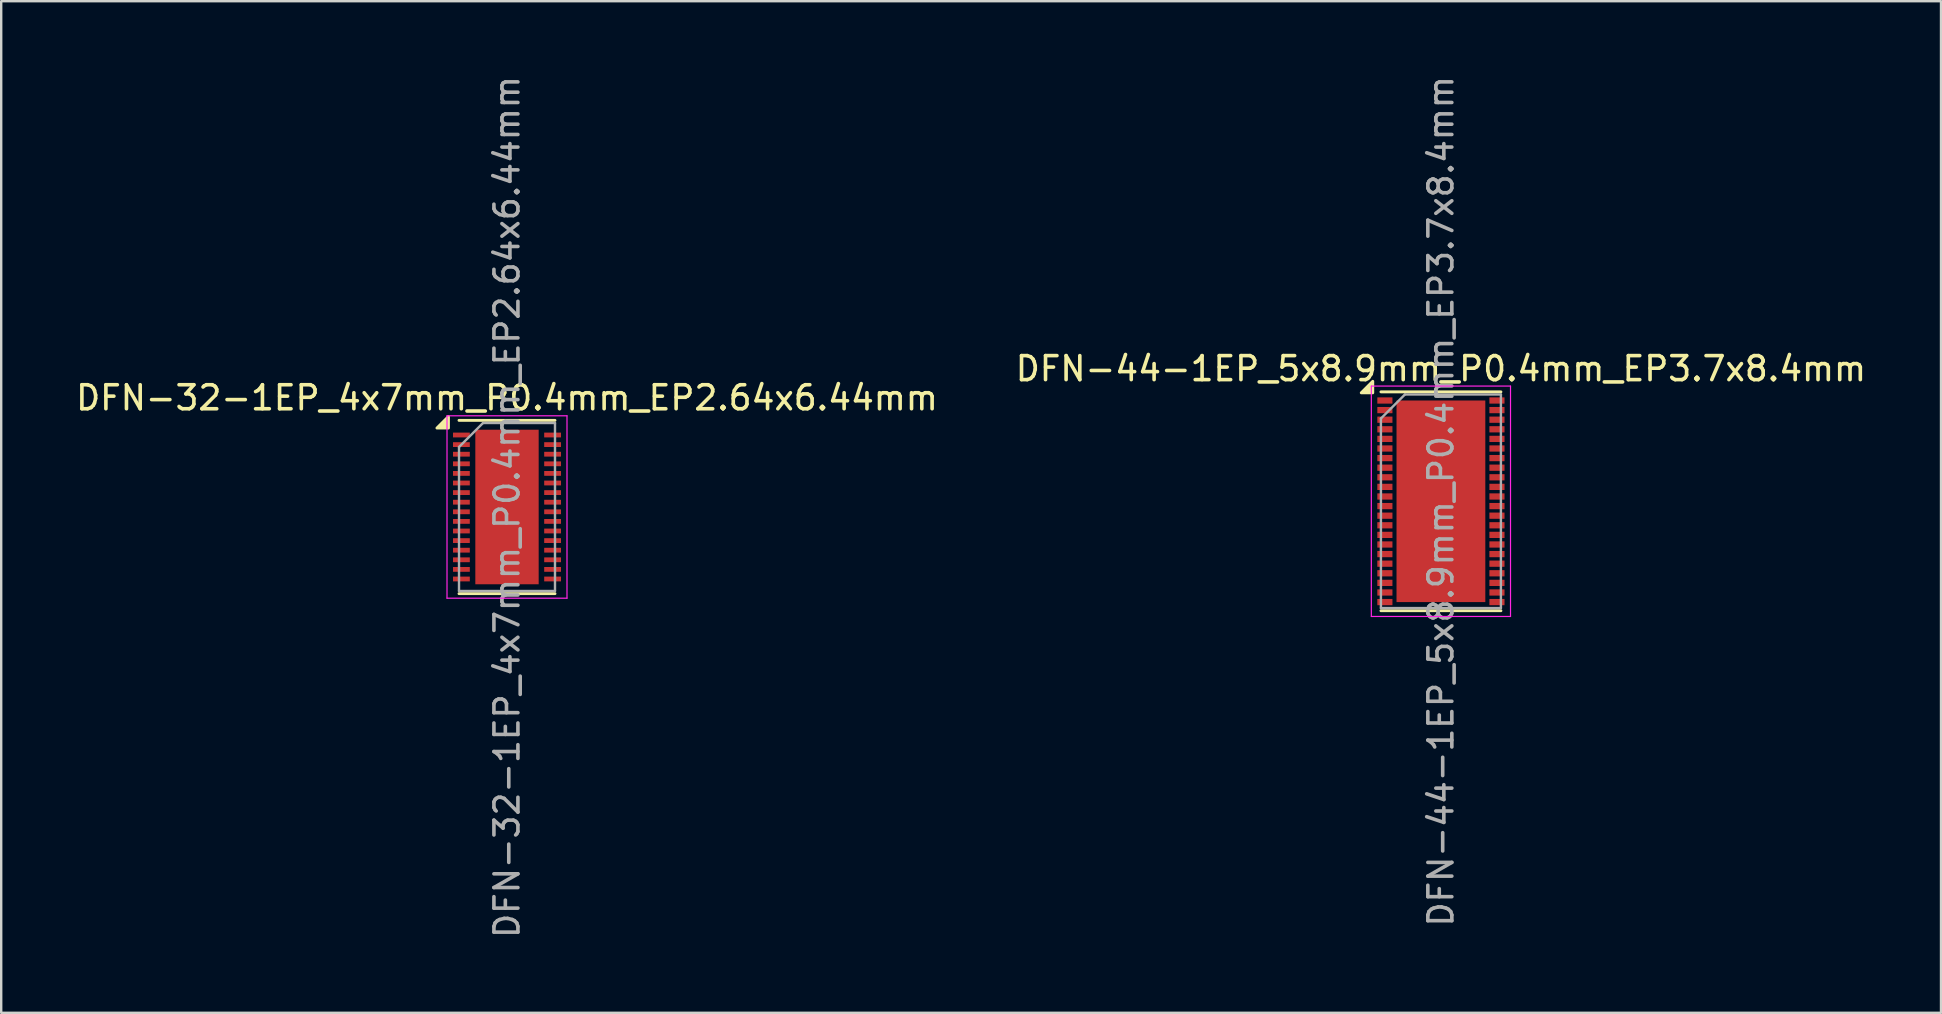
<source format=kicad_pcb>
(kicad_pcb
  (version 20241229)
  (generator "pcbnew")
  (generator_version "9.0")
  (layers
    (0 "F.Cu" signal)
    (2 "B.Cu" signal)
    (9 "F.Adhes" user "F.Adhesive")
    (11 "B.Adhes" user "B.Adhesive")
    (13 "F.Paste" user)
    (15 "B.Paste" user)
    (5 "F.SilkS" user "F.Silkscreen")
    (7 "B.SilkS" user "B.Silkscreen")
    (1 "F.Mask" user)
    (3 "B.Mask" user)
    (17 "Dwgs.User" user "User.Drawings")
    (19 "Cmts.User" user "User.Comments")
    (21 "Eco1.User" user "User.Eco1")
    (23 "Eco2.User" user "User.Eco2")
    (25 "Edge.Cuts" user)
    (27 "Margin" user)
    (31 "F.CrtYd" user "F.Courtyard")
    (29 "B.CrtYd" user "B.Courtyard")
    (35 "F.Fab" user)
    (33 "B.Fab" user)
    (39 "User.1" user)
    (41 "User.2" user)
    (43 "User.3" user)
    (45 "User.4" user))
  (footprint "DFN-44-1EP_5x8.9mm_P0.4mm_EP3.7x8.4mm"
    (layer "F.Cu")
    (at 56.994 17.839)
    (property "Reference" "DFN-44-1EP_5x8.9mm_P0.4mm_EP3.7x8.4mm" (at 0 -5.525 0) (layer "F.SilkS") (effects (font (size 1 1) (thickness 0.15))))
    (attr smd)
    (fp_line (start -2.5 -4.56) (end 2.5 -4.56) (stroke (width 0.12) (type solid)) (layer "F.SilkS"))
    (fp_line (start -2.5 4.56) (end 2.5 4.56) (stroke (width 0.12) (type solid)) (layer "F.SilkS"))
    (fp_poly (pts (xy -2.84 -4.52) (xy -3.32 -4.52) (xy -2.84 -5) (xy -2.84 -4.52)) (stroke (width 0.12) (type solid)) (fill yes) (layer "F.SilkS"))
    (fp_line (start -2.9 -4.8) (end -2.9 4.8) (stroke (width 0.05) (type solid)) (layer "F.CrtYd"))
    (fp_line (start -2.9 -4.8) (end 2.9 -4.8) (stroke (width 0.05) (type solid)) (layer "F.CrtYd"))
    (fp_line (start -2.9 4.8) (end 2.9 4.8) (stroke (width 0.05) (type solid)) (layer "F.CrtYd"))
    (fp_line (start 2.9 -4.8) (end 2.9 4.8) (stroke (width 0.05) (type solid)) (layer "F.CrtYd"))
    (fp_line (start -2.5 -3.45) (end -1.5 -4.45) (stroke (width 0.1) (type solid)) (layer "F.Fab"))
    (fp_line (start -2.5 4.45) (end -2.5 -3.45) (stroke (width 0.1) (type solid)) (layer "F.Fab"))
    (fp_line (start -1.5 -4.45) (end 2.5 -4.45) (stroke (width 0.1) (type solid)) (layer "F.Fab"))
    (fp_line (start 2.5 -4.45) (end 2.5 4.45) (stroke (width 0.1) (type solid)) (layer "F.Fab"))
    (fp_line (start 2.5 4.45) (end -2.5 4.45) (stroke (width 0.1) (type solid)) (layer "F.Fab"))
    (fp_text user "${REFERENCE}" (at 0 0 90) (layer "F.Fab") (effects (font (size 1 1) (thickness 0.15))))
    (pad "" smd rect (at -1.2 -3.5) (size 0.98 1.15) (layers "F.Paste"))
    (pad "" smd rect (at -1.2 -2.1) (size 0.98 1.15) (layers "F.Paste"))
    (pad "" smd rect (at -1.2 -0.7) (size 0.98 1.15) (layers "F.Paste"))
    (pad "" smd rect (at -1.2 0.7) (size 0.98 1.15) (layers "F.Paste"))
    (pad "" smd rect (at -1.2 2.1) (size 0.98 1.15) (layers "F.Paste"))
    (pad "" smd rect (at -1.2 3.5) (size 0.98 1.15) (layers "F.Paste"))
    (pad "" smd rect (at 0 -3.5) (size 0.98 1.15) (layers "F.Paste"))
    (pad "" smd rect (at 0 -2.1) (size 0.98 1.15) (layers "F.Paste"))
    (pad "" smd rect (at 0 -0.7) (size 0.98 1.15) (layers "F.Paste"))
    (pad "" smd rect (at 0 0.7) (size 0.98 1.15) (layers "F.Paste"))
    (pad "" smd rect (at 0 2.1) (size 0.98 1.15) (layers "F.Paste"))
    (pad "" smd rect (at 0 3.5) (size 0.98 1.15) (layers "F.Paste"))
    (pad "" smd rect (at 1.2 -3.5) (size 0.98 1.15) (layers "F.Paste"))
    (pad "" smd rect (at 1.2 -2.1) (size 0.98 1.15) (layers "F.Paste"))
    (pad "" smd rect (at 1.2 -0.7) (size 0.98 1.15) (layers "F.Paste"))
    (pad "" smd rect (at 1.2 0.7) (size 0.98 1.15) (layers "F.Paste"))
    (pad "" smd rect (at 1.2 2.1) (size 0.98 1.15) (layers "F.Paste"))
    (pad "" smd rect (at 1.2 3.5) (size 0.98 1.15) (layers "F.Paste"))
    (pad "1" smd rect (at -2.335 -4.2) (size 0.63 0.26) (layers "F.Cu" "F.Mask" "F.Paste"))
    (pad "2" smd rect (at -2.335 -3.8) (size 0.63 0.26) (layers "F.Cu" "F.Mask" "F.Paste"))
    (pad "3" smd rect (at -2.335 -3.4) (size 0.63 0.26) (layers "F.Cu" "F.Mask" "F.Paste"))
    (pad "4" smd rect (at -2.335 -3) (size 0.63 0.26) (layers "F.Cu" "F.Mask" "F.Paste"))
    (pad "5" smd rect (at -2.335 -2.6) (size 0.63 0.26) (layers "F.Cu" "F.Mask" "F.Paste"))
    (pad "6" smd rect (at -2.335 -2.2) (size 0.63 0.26) (layers "F.Cu" "F.Mask" "F.Paste"))
    (pad "7" smd rect (at -2.335 -1.8) (size 0.63 0.26) (layers "F.Cu" "F.Mask" "F.Paste"))
    (pad "8" smd rect (at -2.335 -1.4) (size 0.63 0.26) (layers "F.Cu" "F.Mask" "F.Paste"))
    (pad "9" smd rect (at -2.335 -1) (size 0.63 0.26) (layers "F.Cu" "F.Mask" "F.Paste"))
    (pad "10" smd rect (at -2.335 -0.6) (size 0.63 0.26) (layers "F.Cu" "F.Mask" "F.Paste"))
    (pad "11" smd rect (at -2.335 -0.2) (size 0.63 0.26) (layers "F.Cu" "F.Mask" "F.Paste"))
    (pad "12" smd rect (at -2.335 0.2) (size 0.63 0.26) (layers "F.Cu" "F.Mask" "F.Paste"))
    (pad "13" smd rect (at -2.335 0.6) (size 0.63 0.26) (layers "F.Cu" "F.Mask" "F.Paste"))
    (pad "14" smd rect (at -2.335 1) (size 0.63 0.26) (layers "F.Cu" "F.Mask" "F.Paste"))
    (pad "15" smd rect (at -2.335 1.4) (size 0.63 0.26) (layers "F.Cu" "F.Mask" "F.Paste"))
    (pad "16" smd rect (at -2.335 1.8) (size 0.63 0.26) (layers "F.Cu" "F.Mask" "F.Paste"))
    (pad "17" smd rect (at -2.335 2.2) (size 0.63 0.26) (layers "F.Cu" "F.Mask" "F.Paste"))
    (pad "18" smd rect (at -2.335 2.6) (size 0.63 0.26) (layers "F.Cu" "F.Mask" "F.Paste"))
    (pad "19" smd rect (at -2.335 3) (size 0.63 0.26) (layers "F.Cu" "F.Mask" "F.Paste"))
    (pad "20" smd rect (at -2.335 3.4) (size 0.63 0.26) (layers "F.Cu" "F.Mask" "F.Paste"))
    (pad "21" smd rect (at -2.335 3.8) (size 0.63 0.26) (layers "F.Cu" "F.Mask" "F.Paste"))
    (pad "22" smd rect (at -2.335 4.2) (size 0.63 0.26) (layers "F.Cu" "F.Mask" "F.Paste"))
    (pad "23" smd rect (at 2.335 4.2) (size 0.63 0.26) (layers "F.Cu" "F.Mask" "F.Paste"))
    (pad "24" smd rect (at 2.335 3.8) (size 0.63 0.26) (layers "F.Cu" "F.Mask" "F.Paste"))
    (pad "25" smd rect (at 2.335 3.4) (size 0.63 0.26) (layers "F.Cu" "F.Mask" "F.Paste"))
    (pad "26" smd rect (at 2.335 3) (size 0.63 0.26) (layers "F.Cu" "F.Mask" "F.Paste"))
    (pad "27" smd rect (at 2.335 2.6) (size 0.63 0.26) (layers "F.Cu" "F.Mask" "F.Paste"))
    (pad "28" smd rect (at 2.335 2.2) (size 0.63 0.26) (layers "F.Cu" "F.Mask" "F.Paste"))
    (pad "29" smd rect (at 2.335 1.8) (size 0.63 0.26) (layers "F.Cu" "F.Mask" "F.Paste"))
    (pad "30" smd rect (at 2.335 1.4) (size 0.63 0.26) (layers "F.Cu" "F.Mask" "F.Paste"))
    (pad "31" smd rect (at 2.335 1) (size 0.63 0.26) (layers "F.Cu" "F.Mask" "F.Paste"))
    (pad "32" smd rect (at 2.335 0.6) (size 0.63 0.26) (layers "F.Cu" "F.Mask" "F.Paste"))
    (pad "33" smd rect (at 2.335 0.2) (size 0.63 0.26) (layers "F.Cu" "F.Mask" "F.Paste"))
    (pad "34" smd rect (at 2.335 -0.2) (size 0.63 0.26) (layers "F.Cu" "F.Mask" "F.Paste"))
    (pad "35" smd rect (at 2.335 -0.6) (size 0.63 0.26) (layers "F.Cu" "F.Mask" "F.Paste"))
    (pad "36" smd rect (at 2.335 -1) (size 0.63 0.26) (layers "F.Cu" "F.Mask" "F.Paste"))
    (pad "37" smd rect (at 2.335 -1.4) (size 0.63 0.26) (layers "F.Cu" "F.Mask" "F.Paste"))
    (pad "38" smd rect (at 2.335 -1.8) (size 0.63 0.26) (layers "F.Cu" "F.Mask" "F.Paste"))
    (pad "39" smd rect (at 2.335 -2.2) (size 0.63 0.26) (layers "F.Cu" "F.Mask" "F.Paste"))
    (pad "40" smd rect (at 2.335 -2.6) (size 0.63 0.26) (layers "F.Cu" "F.Mask" "F.Paste"))
    (pad "41" smd rect (at 2.335 -3) (size 0.63 0.26) (layers "F.Cu" "F.Mask" "F.Paste"))
    (pad "42" smd rect (at 2.335 -3.4) (size 0.63 0.26) (layers "F.Cu" "F.Mask" "F.Paste"))
    (pad "43" smd rect (at 2.335 -3.8) (size 0.63 0.26) (layers "F.Cu" "F.Mask" "F.Paste"))
    (pad "44" smd rect (at 2.335 -4.2) (size 0.63 0.26) (layers "F.Cu" "F.Mask" "F.Paste"))
    (pad "45" smd rect (at 0 0) (size 3.7 8.4) (layers "F.Cu" "F.Mask")))
  (footprint "DFN-32-1EP_4x7mm_P0.4mm_EP2.64x6.44mm"
    (layer "F.Cu")
    (at 18.077 18.077)
    (property "Reference" "DFN-32-1EP_4x7mm_P0.4mm_EP2.64x6.44mm" (at 0 -4.55 0) (layer "F.SilkS") (effects (font (size 1 1) (thickness 0.15))))
    (attr smd)
    (fp_line (start -2 -3.61) (end 2 -3.61) (stroke (width 0.12) (type solid)) (layer "F.SilkS"))
    (fp_line (start -2 3.61) (end 2 3.61) (stroke (width 0.12) (type solid)) (layer "F.SilkS"))
    (fp_poly (pts (xy -2.44 -3.29) (xy -2.92 -3.29) (xy -2.44 -3.77) (xy -2.44 -3.29)) (stroke (width 0.12) (type solid)) (fill yes) (layer "F.SilkS"))
    (fp_line (start -2.5 -3.8) (end -2.5 3.8) (stroke (width 0.05) (type solid)) (layer "F.CrtYd"))
    (fp_line (start -2.5 -3.8) (end 2.5 -3.8) (stroke (width 0.05) (type solid)) (layer "F.CrtYd"))
    (fp_line (start -2.5 3.8) (end 2.5 3.8) (stroke (width 0.05) (type solid)) (layer "F.CrtYd"))
    (fp_line (start 2.5 -3.8) (end 2.5 3.8) (stroke (width 0.05) (type solid)) (layer "F.CrtYd"))
    (fp_line (start -2 -2.5) (end -1 -3.5) (stroke (width 0.1) (type solid)) (layer "F.Fab"))
    (fp_line (start -2 3.5) (end -2 -2.5) (stroke (width 0.1) (type solid)) (layer "F.Fab"))
    (fp_line (start -1 -3.5) (end 2 -3.5) (stroke (width 0.1) (type solid)) (layer "F.Fab"))
    (fp_line (start 2 -3.5) (end 2 3.5) (stroke (width 0.1) (type solid)) (layer "F.Fab"))
    (fp_line (start 2 3.5) (end -2 3.5) (stroke (width 0.1) (type solid)) (layer "F.Fab"))
    (fp_text user "${REFERENCE}" (at 0 0 90) (layer "F.Fab") (effects (font (size 1 1) (thickness 0.15))))
    (pad "" smd rect (at -0.66 -2.56) (size 1.05 1.05) (layers "F.Paste"))
    (pad "" smd rect (at -0.66 -1.28) (size 1.05 1.05) (layers "F.Paste"))
    (pad "" smd rect (at -0.66 0) (size 1.05 1.05) (layers "F.Paste"))
    (pad "" smd rect (at -0.66 1.28) (size 1.05 1.05) (layers "F.Paste"))
    (pad "" smd rect (at -0.66 2.56) (size 1.05 1.05) (layers "F.Paste"))
    (pad "" smd rect (at 0.66 -2.56) (size 1.05 1.05) (layers "F.Paste"))
    (pad "" smd rect (at 0.66 -1.28) (size 1.05 1.05) (layers "F.Paste"))
    (pad "" smd rect (at 0.66 0) (size 1.05 1.05) (layers "F.Paste"))
    (pad "" smd rect (at 0.66 1.28) (size 1.05 1.05) (layers "F.Paste"))
    (pad "" smd rect (at 0.66 2.56) (size 1.05 1.05) (layers "F.Paste"))
    (pad "1" smd rect (at -1.9 -3) (size 0.7 0.2) (layers "F.Cu" "F.Mask" "F.Paste"))
    (pad "2" smd rect (at -1.9 -2.6) (size 0.7 0.2) (layers "F.Cu" "F.Mask" "F.Paste"))
    (pad "3" smd rect (at -1.9 -2.2) (size 0.7 0.2) (layers "F.Cu" "F.Mask" "F.Paste"))
    (pad "4" smd rect (at -1.9 -1.8) (size 0.7 0.2) (layers "F.Cu" "F.Mask" "F.Paste"))
    (pad "5" smd rect (at -1.9 -1.4) (size 0.7 0.2) (layers "F.Cu" "F.Mask" "F.Paste"))
    (pad "6" smd rect (at -1.9 -1) (size 0.7 0.2) (layers "F.Cu" "F.Mask" "F.Paste"))
    (pad "7" smd rect (at -1.9 -0.6) (size 0.7 0.2) (layers "F.Cu" "F.Mask" "F.Paste"))
    (pad "8" smd rect (at -1.9 -0.2) (size 0.7 0.2) (layers "F.Cu" "F.Mask" "F.Paste"))
    (pad "9" smd rect (at -1.9 0.2) (size 0.7 0.2) (layers "F.Cu" "F.Mask" "F.Paste"))
    (pad "10" smd rect (at -1.9 0.6) (size 0.7 0.2) (layers "F.Cu" "F.Mask" "F.Paste"))
    (pad "11" smd rect (at -1.9 1) (size 0.7 0.2) (layers "F.Cu" "F.Mask" "F.Paste"))
    (pad "12" smd rect (at -1.9 1.4) (size 0.7 0.2) (layers "F.Cu" "F.Mask" "F.Paste"))
    (pad "13" smd rect (at -1.9 1.8) (size 0.7 0.2) (layers "F.Cu" "F.Mask" "F.Paste"))
    (pad "14" smd rect (at -1.9 2.2) (size 0.7 0.2) (layers "F.Cu" "F.Mask" "F.Paste"))
    (pad "15" smd rect (at -1.9 2.6) (size 0.7 0.2) (layers "F.Cu" "F.Mask" "F.Paste"))
    (pad "16" smd rect (at -1.9 3) (size 0.7 0.2) (layers "F.Cu" "F.Mask" "F.Paste"))
    (pad "17" smd rect (at 1.9 3) (size 0.7 0.2) (layers "F.Cu" "F.Mask" "F.Paste"))
    (pad "18" smd rect (at 1.9 2.6) (size 0.7 0.2) (layers "F.Cu" "F.Mask" "F.Paste"))
    (pad "19" smd rect (at 1.9 2.2) (size 0.7 0.2) (layers "F.Cu" "F.Mask" "F.Paste"))
    (pad "20" smd rect (at 1.9 1.8) (size 0.7 0.2) (layers "F.Cu" "F.Mask" "F.Paste"))
    (pad "21" smd rect (at 1.9 1.4) (size 0.7 0.2) (layers "F.Cu" "F.Mask" "F.Paste"))
    (pad "22" smd rect (at 1.9 1) (size 0.7 0.2) (layers "F.Cu" "F.Mask" "F.Paste"))
    (pad "23" smd rect (at 1.9 0.6) (size 0.7 0.2) (layers "F.Cu" "F.Mask" "F.Paste"))
    (pad "24" smd rect (at 1.9 0.2) (size 0.7 0.2) (layers "F.Cu" "F.Mask" "F.Paste"))
    (pad "25" smd rect (at 1.9 -0.2) (size 0.7 0.2) (layers "F.Cu" "F.Mask" "F.Paste"))
    (pad "26" smd rect (at 1.9 -0.6) (size 0.7 0.2) (layers "F.Cu" "F.Mask" "F.Paste"))
    (pad "27" smd rect (at 1.9 -1) (size 0.7 0.2) (layers "F.Cu" "F.Mask" "F.Paste"))
    (pad "28" smd rect (at 1.9 -1.4) (size 0.7 0.2) (layers "F.Cu" "F.Mask" "F.Paste"))
    (pad "29" smd rect (at 1.9 -1.8) (size 0.7 0.2) (layers "F.Cu" "F.Mask" "F.Paste"))
    (pad "30" smd rect (at 1.9 -2.2) (size 0.7 0.2) (layers "F.Cu" "F.Mask" "F.Paste"))
    (pad "31" smd rect (at 1.9 -2.6) (size 0.7 0.2) (layers "F.Cu" "F.Mask" "F.Paste"))
    (pad "32" smd rect (at 1.9 -3) (size 0.7 0.2) (layers "F.Cu" "F.Mask" "F.Paste"))
    (pad "33" smd rect (at 0 0) (size 2.64 6.44) (layers "F.Cu" "F.Mask")))
  (gr_rect
    (start -3 -3)
    (end 77.833 39.155)
    (stroke (width 0.1) (type default))
    (fill no)
    (layer "Edge.Cuts")))
</source>
